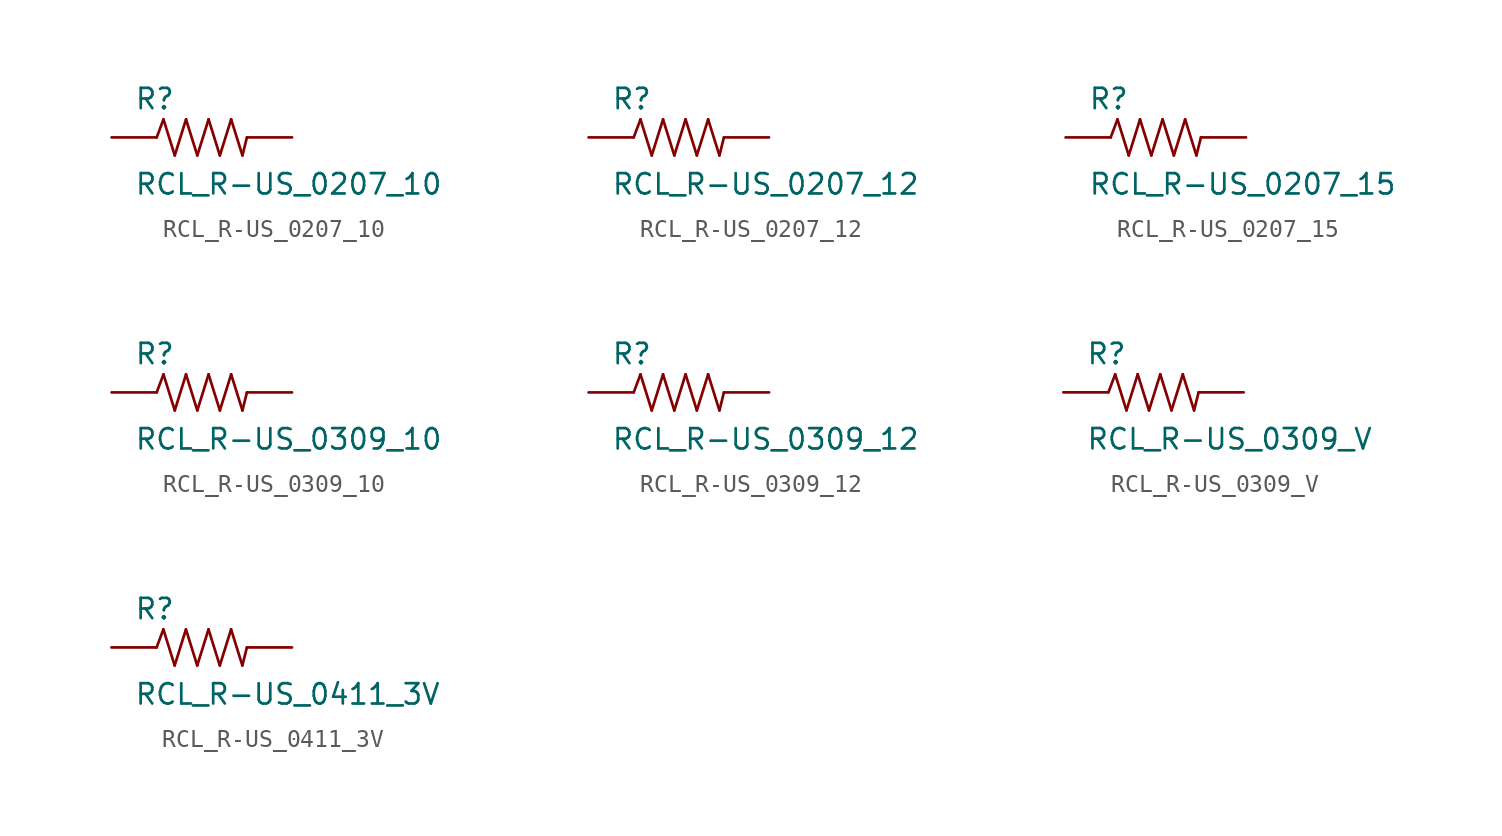
<source format=kicad_sym>
(kicad_symbol_lib
  (version 20210619)
  (generator kicad_symbol_editor)
  (symbol "RCL_R-US_0207_10"
    (pin_numbers hide)
    (pin_names
      (offset 1.016) hide)
    (property "Reference" "R"
      (at -3.81 1.499 0)
      (effects (font (size 1.143 1.143)) (justify left bottom)))
    (property "Value" "RCL_R-US_0207_10"
      (at -3.81 -3.302 0)
      (effects (font (size 1.143 1.143)) (justify left bottom)))
    (property "ki_locked" ""
      (at 0 0 0)
      (effects (font (size 1.27 1.27))))
    (symbol "RCL_R-US_0207_10_1_0"
      (polyline (pts (xy -2.54 0) (xy -2.159 1.016)) (stroke (width 0)) (fill (type none)))
      (polyline (pts (xy -2.159 1.016) (xy -1.524 -1.016)) (stroke (width 0)) (fill (type none)))
      (polyline (pts (xy -1.524 -1.016) (xy -0.889 1.016)) (stroke (width 0)) (fill (type none)))
      (polyline (pts (xy -0.889 1.016) (xy -0.254 -1.016)) (stroke (width 0)) (fill (type none)))
      (polyline (pts (xy -0.254 -1.016) (xy 0.381 1.016)) (stroke (width 0)) (fill (type none)))
      (polyline (pts (xy 0.381 1.016) (xy 1.016 -1.016)) (stroke (width 0)) (fill (type none)))
      (polyline (pts (xy 1.016 -1.016) (xy 1.651 1.016)) (stroke (width 0)) (fill (type none)))
      (polyline (pts (xy 1.651 1.016) (xy 2.286 -1.016)) (stroke (width 0)) (fill (type none)))
      (polyline (pts (xy 2.286 -1.016) (xy 2.54 0)) (stroke (width 0)) (fill (type none))))
    (symbol "RCL_R-US_0207_10_1_1"
      (pin passive line (at -5.08 0 0) (length 2.54) (name "1" (effects (font (size 1.016 1.016)))) (number "1" (effects (font (size 1.016 1.016)))))
      (pin passive line (at 5.08 0 180) (length 2.54) (name "2" (effects (font (size 1.016 1.016)))) (number "2" (effects (font (size 1.016 1.016)))))))
  (symbol "RCL_R-US_0207_12"
    (pin_numbers hide)
    (pin_names
      (offset 1.016) hide)
    (property "Reference" "R"
      (at -3.81 1.499 0)
      (effects (font (size 1.143 1.143)) (justify left bottom)))
    (property "Value" "RCL_R-US_0207_12"
      (at -3.81 -3.302 0)
      (effects (font (size 1.143 1.143)) (justify left bottom)))
    (property "ki_locked" ""
      (at 0 0 0)
      (effects (font (size 1.27 1.27))))
    (symbol "RCL_R-US_0207_12_1_0"
      (polyline (pts (xy -2.54 0) (xy -2.159 1.016)) (stroke (width 0)) (fill (type none)))
      (polyline (pts (xy -2.159 1.016) (xy -1.524 -1.016)) (stroke (width 0)) (fill (type none)))
      (polyline (pts (xy -1.524 -1.016) (xy -0.889 1.016)) (stroke (width 0)) (fill (type none)))
      (polyline (pts (xy -0.889 1.016) (xy -0.254 -1.016)) (stroke (width 0)) (fill (type none)))
      (polyline (pts (xy -0.254 -1.016) (xy 0.381 1.016)) (stroke (width 0)) (fill (type none)))
      (polyline (pts (xy 0.381 1.016) (xy 1.016 -1.016)) (stroke (width 0)) (fill (type none)))
      (polyline (pts (xy 1.016 -1.016) (xy 1.651 1.016)) (stroke (width 0)) (fill (type none)))
      (polyline (pts (xy 1.651 1.016) (xy 2.286 -1.016)) (stroke (width 0)) (fill (type none)))
      (polyline (pts (xy 2.286 -1.016) (xy 2.54 0)) (stroke (width 0)) (fill (type none))))
    (symbol "RCL_R-US_0207_12_1_1"
      (pin passive line (at -5.08 0 0) (length 2.54) (name "1" (effects (font (size 1.016 1.016)))) (number "1" (effects (font (size 1.016 1.016)))))
      (pin passive line (at 5.08 0 180) (length 2.54) (name "2" (effects (font (size 1.016 1.016)))) (number "2" (effects (font (size 1.016 1.016)))))))
  (symbol "RCL_R-US_0207_15"
    (pin_numbers hide)
    (pin_names
      (offset 1.016) hide)
    (property "Reference" "R"
      (at -3.81 1.499 0)
      (effects (font (size 1.143 1.143)) (justify left bottom)))
    (property "Value" "RCL_R-US_0207_15"
      (at -3.81 -3.302 0)
      (effects (font (size 1.143 1.143)) (justify left bottom)))
    (property "ki_locked" ""
      (at 0 0 0)
      (effects (font (size 1.27 1.27))))
    (symbol "RCL_R-US_0207_15_1_0"
      (polyline (pts (xy -2.54 0) (xy -2.159 1.016)) (stroke (width 0)) (fill (type none)))
      (polyline (pts (xy -2.159 1.016) (xy -1.524 -1.016)) (stroke (width 0)) (fill (type none)))
      (polyline (pts (xy -1.524 -1.016) (xy -0.889 1.016)) (stroke (width 0)) (fill (type none)))
      (polyline (pts (xy -0.889 1.016) (xy -0.254 -1.016)) (stroke (width 0)) (fill (type none)))
      (polyline (pts (xy -0.254 -1.016) (xy 0.381 1.016)) (stroke (width 0)) (fill (type none)))
      (polyline (pts (xy 0.381 1.016) (xy 1.016 -1.016)) (stroke (width 0)) (fill (type none)))
      (polyline (pts (xy 1.016 -1.016) (xy 1.651 1.016)) (stroke (width 0)) (fill (type none)))
      (polyline (pts (xy 1.651 1.016) (xy 2.286 -1.016)) (stroke (width 0)) (fill (type none)))
      (polyline (pts (xy 2.286 -1.016) (xy 2.54 0)) (stroke (width 0)) (fill (type none))))
    (symbol "RCL_R-US_0207_15_1_1"
      (pin passive line (at -5.08 0 0) (length 2.54) (name "1" (effects (font (size 1.016 1.016)))) (number "1" (effects (font (size 1.016 1.016)))))
      (pin passive line (at 5.08 0 180) (length 2.54) (name "2" (effects (font (size 1.016 1.016)))) (number "2" (effects (font (size 1.016 1.016)))))))
  (symbol "RCL_R-US_0309_10"
    (pin_numbers hide)
    (pin_names
      (offset 1.016) hide)
    (property "Reference" "R"
      (at -3.81 1.499 0)
      (effects (font (size 1.143 1.143)) (justify left bottom)))
    (property "Value" "RCL_R-US_0309_10"
      (at -3.81 -3.302 0)
      (effects (font (size 1.143 1.143)) (justify left bottom)))
    (property "ki_locked" ""
      (at 0 0 0)
      (effects (font (size 1.27 1.27))))
    (symbol "RCL_R-US_0309_10_1_0"
      (polyline (pts (xy -2.54 0) (xy -2.159 1.016)) (stroke (width 0)) (fill (type none)))
      (polyline (pts (xy -2.159 1.016) (xy -1.524 -1.016)) (stroke (width 0)) (fill (type none)))
      (polyline (pts (xy -1.524 -1.016) (xy -0.889 1.016)) (stroke (width 0)) (fill (type none)))
      (polyline (pts (xy -0.889 1.016) (xy -0.254 -1.016)) (stroke (width 0)) (fill (type none)))
      (polyline (pts (xy -0.254 -1.016) (xy 0.381 1.016)) (stroke (width 0)) (fill (type none)))
      (polyline (pts (xy 0.381 1.016) (xy 1.016 -1.016)) (stroke (width 0)) (fill (type none)))
      (polyline (pts (xy 1.016 -1.016) (xy 1.651 1.016)) (stroke (width 0)) (fill (type none)))
      (polyline (pts (xy 1.651 1.016) (xy 2.286 -1.016)) (stroke (width 0)) (fill (type none)))
      (polyline (pts (xy 2.286 -1.016) (xy 2.54 0)) (stroke (width 0)) (fill (type none))))
    (symbol "RCL_R-US_0309_10_1_1"
      (pin passive line (at -5.08 0 0) (length 2.54) (name "1" (effects (font (size 1.016 1.016)))) (number "1" (effects (font (size 1.016 1.016)))))
      (pin passive line (at 5.08 0 180) (length 2.54) (name "2" (effects (font (size 1.016 1.016)))) (number "2" (effects (font (size 1.016 1.016)))))))
  (symbol "RCL_R-US_0309_12"
    (pin_numbers hide)
    (pin_names
      (offset 1.016) hide)
    (property "Reference" "R"
      (at -3.81 1.499 0)
      (effects (font (size 1.143 1.143)) (justify left bottom)))
    (property "Value" "RCL_R-US_0309_12"
      (at -3.81 -3.302 0)
      (effects (font (size 1.143 1.143)) (justify left bottom)))
    (property "ki_locked" ""
      (at 0 0 0)
      (effects (font (size 1.27 1.27))))
    (symbol "RCL_R-US_0309_12_1_0"
      (polyline (pts (xy -2.54 0) (xy -2.159 1.016)) (stroke (width 0)) (fill (type none)))
      (polyline (pts (xy -2.159 1.016) (xy -1.524 -1.016)) (stroke (width 0)) (fill (type none)))
      (polyline (pts (xy -1.524 -1.016) (xy -0.889 1.016)) (stroke (width 0)) (fill (type none)))
      (polyline (pts (xy -0.889 1.016) (xy -0.254 -1.016)) (stroke (width 0)) (fill (type none)))
      (polyline (pts (xy -0.254 -1.016) (xy 0.381 1.016)) (stroke (width 0)) (fill (type none)))
      (polyline (pts (xy 0.381 1.016) (xy 1.016 -1.016)) (stroke (width 0)) (fill (type none)))
      (polyline (pts (xy 1.016 -1.016) (xy 1.651 1.016)) (stroke (width 0)) (fill (type none)))
      (polyline (pts (xy 1.651 1.016) (xy 2.286 -1.016)) (stroke (width 0)) (fill (type none)))
      (polyline (pts (xy 2.286 -1.016) (xy 2.54 0)) (stroke (width 0)) (fill (type none))))
    (symbol "RCL_R-US_0309_12_1_1"
      (pin passive line (at -5.08 0 0) (length 2.54) (name "1" (effects (font (size 1.016 1.016)))) (number "1" (effects (font (size 1.016 1.016)))))
      (pin passive line (at 5.08 0 180) (length 2.54) (name "2" (effects (font (size 1.016 1.016)))) (number "2" (effects (font (size 1.016 1.016)))))))
  (symbol "RCL_R-US_0309_V"
    (pin_numbers hide)
    (pin_names
      (offset 1.016) hide)
    (property "Reference" "R"
      (at -3.81 1.499 0)
      (effects (font (size 1.143 1.143)) (justify left bottom)))
    (property "Value" "RCL_R-US_0309_V"
      (at -3.81 -3.302 0)
      (effects (font (size 1.143 1.143)) (justify left bottom)))
    (property "ki_locked" ""
      (at 0 0 0)
      (effects (font (size 1.27 1.27))))
    (symbol "RCL_R-US_0309_V_1_0"
      (polyline (pts (xy -2.54 0) (xy -2.159 1.016)) (stroke (width 0)) (fill (type none)))
      (polyline (pts (xy -2.159 1.016) (xy -1.524 -1.016)) (stroke (width 0)) (fill (type none)))
      (polyline (pts (xy -1.524 -1.016) (xy -0.889 1.016)) (stroke (width 0)) (fill (type none)))
      (polyline (pts (xy -0.889 1.016) (xy -0.254 -1.016)) (stroke (width 0)) (fill (type none)))
      (polyline (pts (xy -0.254 -1.016) (xy 0.381 1.016)) (stroke (width 0)) (fill (type none)))
      (polyline (pts (xy 0.381 1.016) (xy 1.016 -1.016)) (stroke (width 0)) (fill (type none)))
      (polyline (pts (xy 1.016 -1.016) (xy 1.651 1.016)) (stroke (width 0)) (fill (type none)))
      (polyline (pts (xy 1.651 1.016) (xy 2.286 -1.016)) (stroke (width 0)) (fill (type none)))
      (polyline (pts (xy 2.286 -1.016) (xy 2.54 0)) (stroke (width 0)) (fill (type none))))
    (symbol "RCL_R-US_0309_V_1_1"
      (pin passive line (at -5.08 0 0) (length 2.54) (name "1" (effects (font (size 1.016 1.016)))) (number "1" (effects (font (size 1.016 1.016)))))
      (pin passive line (at 5.08 0 180) (length 2.54) (name "2" (effects (font (size 1.016 1.016)))) (number "2" (effects (font (size 1.016 1.016)))))))
  (symbol "RCL_R-US_0411_3V"
    (pin_numbers hide)
    (pin_names
      (offset 1.016) hide)
    (property "Reference" "R"
      (at -3.81 1.499 0)
      (effects (font (size 1.143 1.143)) (justify left bottom)))
    (property "Value" "RCL_R-US_0411_3V"
      (at -3.81 -3.302 0)
      (effects (font (size 1.143 1.143)) (justify left bottom)))
    (property "ki_locked" ""
      (at 0 0 0)
      (effects (font (size 1.27 1.27))))
    (symbol "RCL_R-US_0411_3V_1_0"
      (polyline (pts (xy -2.54 0) (xy -2.159 1.016)) (stroke (width 0)) (fill (type none)))
      (polyline (pts (xy -2.159 1.016) (xy -1.524 -1.016)) (stroke (width 0)) (fill (type none)))
      (polyline (pts (xy -1.524 -1.016) (xy -0.889 1.016)) (stroke (width 0)) (fill (type none)))
      (polyline (pts (xy -0.889 1.016) (xy -0.254 -1.016)) (stroke (width 0)) (fill (type none)))
      (polyline (pts (xy -0.254 -1.016) (xy 0.381 1.016)) (stroke (width 0)) (fill (type none)))
      (polyline (pts (xy 0.381 1.016) (xy 1.016 -1.016)) (stroke (width 0)) (fill (type none)))
      (polyline (pts (xy 1.016 -1.016) (xy 1.651 1.016)) (stroke (width 0)) (fill (type none)))
      (polyline (pts (xy 1.651 1.016) (xy 2.286 -1.016)) (stroke (width 0)) (fill (type none)))
      (polyline (pts (xy 2.286 -1.016) (xy 2.54 0)) (stroke (width 0)) (fill (type none))))
    (symbol "RCL_R-US_0411_3V_1_1"
      (pin passive line (at -5.08 0 0) (length 2.54) (name "1" (effects (font (size 1.016 1.016)))) (number "1" (effects (font (size 1.016 1.016)))))
      (pin passive line (at 5.08 0 180) (length 2.54) (name "2" (effects (font (size 1.016 1.016)))) (number "2" (effects (font (size 1.016 1.016))))))))
</source>
